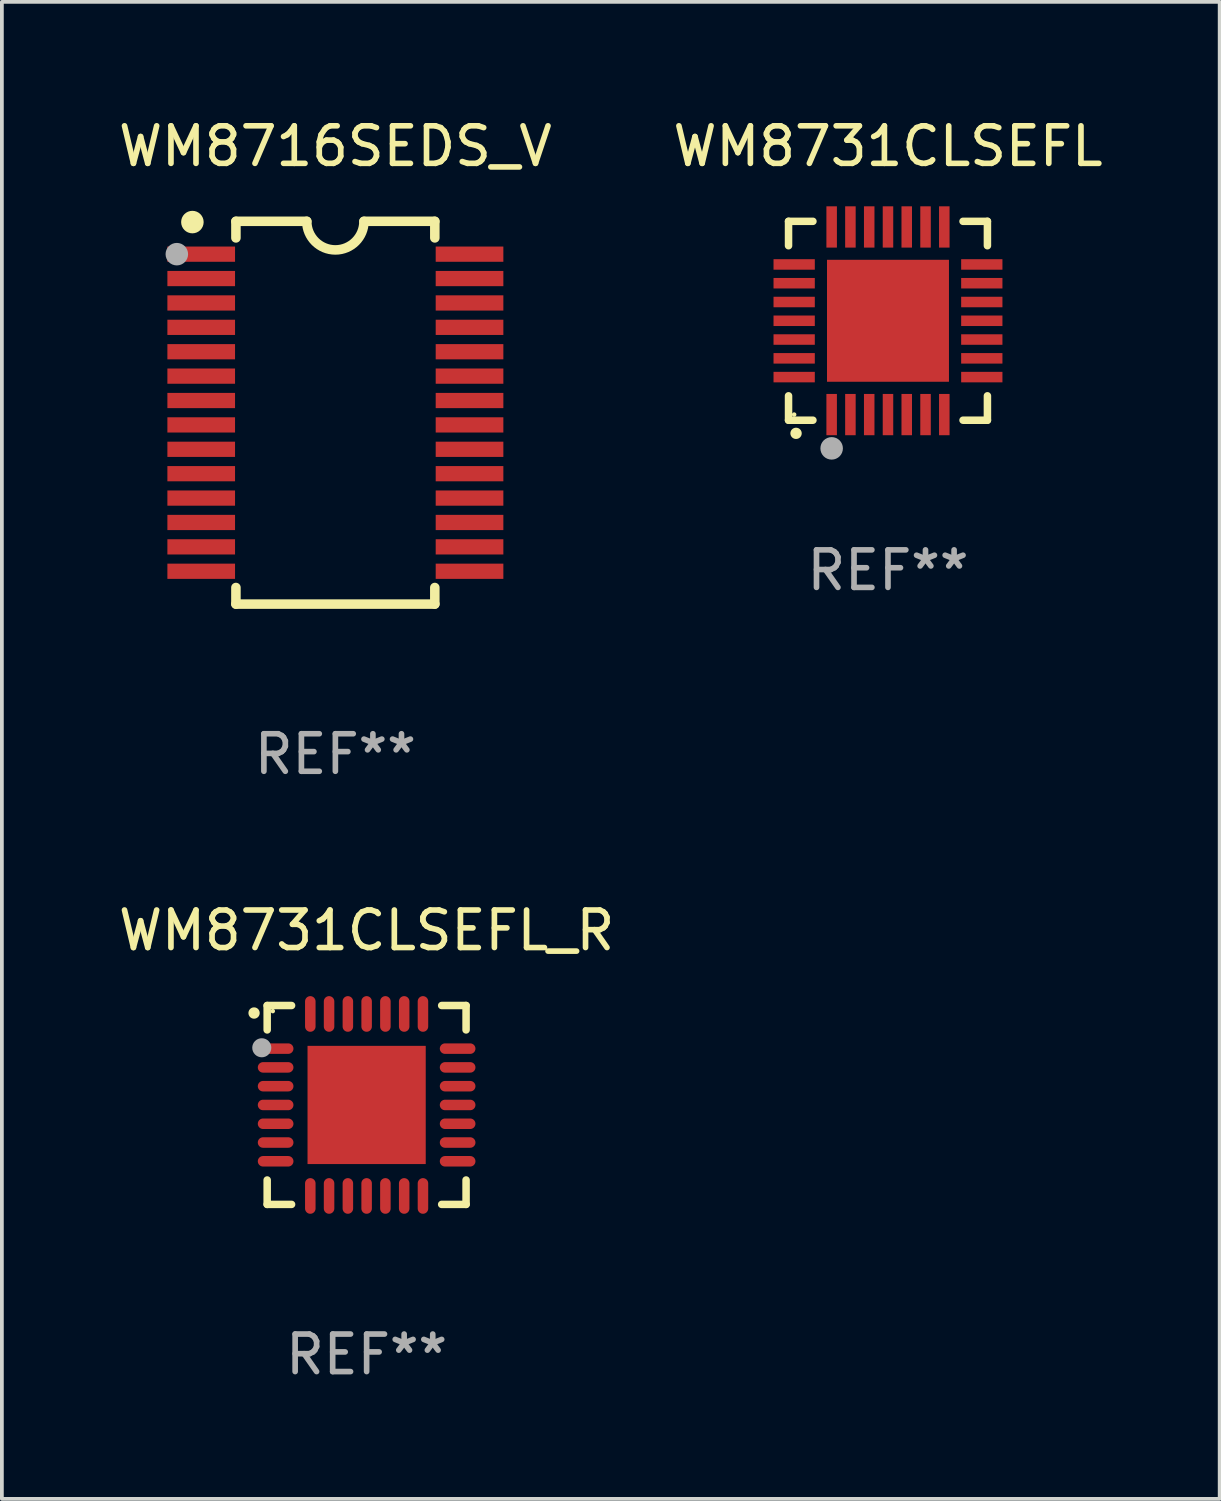
<source format=kicad_pcb>
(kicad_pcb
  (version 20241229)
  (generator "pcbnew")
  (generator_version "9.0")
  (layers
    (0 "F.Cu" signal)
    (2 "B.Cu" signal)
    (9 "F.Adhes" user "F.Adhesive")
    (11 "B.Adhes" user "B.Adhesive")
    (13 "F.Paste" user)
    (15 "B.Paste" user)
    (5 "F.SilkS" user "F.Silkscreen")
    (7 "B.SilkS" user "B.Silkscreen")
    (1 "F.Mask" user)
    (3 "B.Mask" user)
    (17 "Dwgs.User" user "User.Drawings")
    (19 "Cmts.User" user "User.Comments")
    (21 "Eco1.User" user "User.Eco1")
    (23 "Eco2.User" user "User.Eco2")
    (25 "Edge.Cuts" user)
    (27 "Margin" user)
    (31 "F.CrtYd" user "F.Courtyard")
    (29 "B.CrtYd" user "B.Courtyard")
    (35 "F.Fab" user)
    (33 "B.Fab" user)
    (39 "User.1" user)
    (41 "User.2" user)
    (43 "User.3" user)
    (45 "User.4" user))
  (footprint "WM8731CLSEFL"
    (layer "F.Cu")
    (at 20.613 5.498)
    (property "Reference" "WM8731CLSEFL" (at 0 -4.65 0) (layer "F.SilkS") (effects (font (size 1 1) (thickness 0.15))))
    (attr through_hole)
    (fp_line (start -2.65 -2.65) (end -2.65 -2) (stroke (width 0.2) (type solid)) (layer "F.SilkS"))
    (fp_line (start -2.65 2.65) (end -2.65 2) (stroke (width 0.2) (type solid)) (layer "F.SilkS"))
    (fp_line (start -2 -2.65) (end -2.65 -2.65) (stroke (width 0.2) (type solid)) (layer "F.SilkS"))
    (fp_line (start -2 2.65) (end -2.65 2.65) (stroke (width 0.2) (type solid)) (layer "F.SilkS"))
    (fp_line (start 2 2.65) (end 2.65 2.65) (stroke (width 0.2) (type solid)) (layer "F.SilkS"))
    (fp_line (start 2.65 -2.65) (end 2 -2.65) (stroke (width 0.2) (type solid)) (layer "F.SilkS"))
    (fp_line (start 2.65 -2) (end 2.65 -2.65) (stroke (width 0.2) (type solid)) (layer "F.SilkS"))
    (fp_line (start 2.65 2.65) (end 2.65 2) (stroke (width 0.2) (type solid)) (layer "F.SilkS"))
    (fp_arc (start -2.451105 2.999746) (mid -2.449835 2.999741) (end -2.448565 2.999746) (stroke (width 0.3) (type solid)) (layer "F.SilkS"))
    (fp_circle (center -2.5 2.5) (end -2.47 2.5) (stroke (width 0.06) (type solid)) (fill no) (layer "F.SilkS"))
    (fp_circle (center -1.501 3.4) (end -1.351 3.4) (stroke (width 0.3) (type solid)) (fill no) (layer "F.Fab"))
    (fp_text user "REF**" (at 0 6.65 0) (layer "F.Fab") (effects (font (size 1 1) (thickness 0.15))))
    (pad "1" smd rect (at -1.501 2.5 180) (size 0.28 1.1) (layers "F.Cu" "F.Mask" "F.Paste"))
    (pad "2" smd rect (at -1.001 2.5 180) (size 0.28 1.1) (layers "F.Cu" "F.Mask" "F.Paste"))
    (pad "3" smd rect (at -0.5 2.5 180) (size 0.28 1.1) (layers "F.Cu" "F.Mask" "F.Paste"))
    (pad "4" smd rect (at 0.000076 2.5 180) (size 0.28 1.1) (layers "F.Cu" "F.Mask" "F.Paste"))
    (pad "5" smd rect (at 0.5 2.5 180) (size 0.28 1.1) (layers "F.Cu" "F.Mask" "F.Paste"))
    (pad "6" smd rect (at 1.001 2.5 180) (size 0.28 1.1) (layers "F.Cu" "F.Mask" "F.Paste"))
    (pad "7" smd rect (at 1.501 2.5 180) (size 0.28 1.1) (layers "F.Cu" "F.Mask" "F.Paste"))
    (pad "8" smd rect (at 2.5 1.501 90) (size 0.28 1.1) (layers "F.Cu" "F.Mask" "F.Paste"))
    (pad "9" smd rect (at 2.5 1.001 90) (size 0.28 1.1) (layers "F.Cu" "F.Mask" "F.Paste"))
    (pad "10" smd rect (at 2.5 0.5 90) (size 0.28 1.1) (layers "F.Cu" "F.Mask" "F.Paste"))
    (pad "11" smd rect (at 2.5 0.000076 90) (size 0.28 1.1) (layers "F.Cu" "F.Mask" "F.Paste"))
    (pad "12" smd rect (at 2.5 -0.5 90) (size 0.28 1.1) (layers "F.Cu" "F.Mask" "F.Paste"))
    (pad "13" smd rect (at 2.5 -1.001 90) (size 0.28 1.1) (layers "F.Cu" "F.Mask" "F.Paste"))
    (pad "14" smd rect (at 2.5 -1.501 90) (size 0.28 1.1) (layers "F.Cu" "F.Mask" "F.Paste"))
    (pad "15" smd rect (at 1.501 -2.5 180) (size 0.28 1.1) (layers "F.Cu" "F.Mask" "F.Paste"))
    (pad "16" smd rect (at 1.001 -2.5 180) (size 0.28 1.1) (layers "F.Cu" "F.Mask" "F.Paste"))
    (pad "17" smd rect (at 0.5 -2.5 180) (size 0.28 1.1) (layers "F.Cu" "F.Mask" "F.Paste"))
    (pad "18" smd rect (at 0.000076 -2.5 180) (size 0.28 1.1) (layers "F.Cu" "F.Mask" "F.Paste"))
    (pad "19" smd rect (at -0.5 -2.5 180) (size 0.28 1.1) (layers "F.Cu" "F.Mask" "F.Paste"))
    (pad "20" smd rect (at -1.001 -2.5 180) (size 0.28 1.1) (layers "F.Cu" "F.Mask" "F.Paste"))
    (pad "21" smd rect (at -1.501 -2.5 180) (size 0.28 1.1) (layers "F.Cu" "F.Mask" "F.Paste"))
    (pad "22" smd rect (at -2.5 -1.501 90) (size 0.28 1.1) (layers "F.Cu" "F.Mask" "F.Paste"))
    (pad "23" smd rect (at -2.5 -1.001 90) (size 0.28 1.1) (layers "F.Cu" "F.Mask" "F.Paste"))
    (pad "24" smd rect (at -2.5 -0.5 90) (size 0.28 1.1) (layers "F.Cu" "F.Mask" "F.Paste"))
    (pad "25" smd rect (at -2.5 0.000076 90) (size 0.28 1.1) (layers "F.Cu" "F.Mask" "F.Paste"))
    (pad "26" smd rect (at -2.5 0.5 90) (size 0.28 1.1) (layers "F.Cu" "F.Mask" "F.Paste"))
    (pad "27" smd rect (at -2.5 1.001 90) (size 0.28 1.1) (layers "F.Cu" "F.Mask" "F.Paste"))
    (pad "28" smd rect (at -2.5 1.501 90) (size 0.28 1.1) (layers "F.Cu" "F.Mask" "F.Paste"))
    (pad "29" smd rect (at 0.000076 0.000076 90) (size 3.25 3.25) (layers "F.Cu" "F.Mask" "F.Paste")))
  (footprint "WM8731CLSEFL_R"
    (layer "F.Cu")
    (at 6.72 26.395)
    (property "Reference" "WM8731CLSEFL_R" (at 0 -4.65 0) (layer "F.SilkS") (effects (font (size 1 1) (thickness 0.15))))
    (attr through_hole)
    (fp_line (start -2.65 -2.65) (end -2 -2.65) (stroke (width 0.2) (type solid)) (layer "F.SilkS"))
    (fp_line (start -2.65 -2) (end -2.65 -2.65) (stroke (width 0.2) (type solid)) (layer "F.SilkS"))
    (fp_line (start -2.65 2) (end -2.65 2.65) (stroke (width 0.2) (type solid)) (layer "F.SilkS"))
    (fp_line (start -2.65 2.65) (end -2 2.65) (stroke (width 0.2) (type solid)) (layer "F.SilkS"))
    (fp_line (start 2 2.65) (end 2.65 2.65) (stroke (width 0.2) (type solid)) (layer "F.SilkS"))
    (fp_line (start 2.65 -2.65) (end 2 -2.65) (stroke (width 0.2) (type solid)) (layer "F.SilkS"))
    (fp_line (start 2.65 -2) (end 2.65 -2.65) (stroke (width 0.2) (type solid)) (layer "F.SilkS"))
    (fp_line (start 2.65 2.65) (end 2.65 2) (stroke (width 0.2) (type solid)) (layer "F.SilkS"))
    (fp_arc (start -2.999746 -2.448565) (mid -2.999751 -2.449835) (end -2.999746 -2.451105) (stroke (width 0.3) (type solid)) (layer "F.SilkS"))
    (fp_circle (center -2.501 -2.501) (end -2.471 -2.501) (stroke (width 0.06) (type solid)) (fill no) (layer "F.SilkS"))
    (fp_circle (center -2.794 -1.524) (end -2.667 -1.524) (stroke (width 0.254) (type solid)) (fill no) (layer "F.Fab"))
    (fp_text user "REF**" (at 0 6.65 0) (layer "F.Fab") (effects (font (size 1 1) (thickness 0.15))))
    (pad "1" smd oval (at -2.425 -1.501) (size 0.95 0.28) (layers "F.Cu" "F.Mask" "F.Paste"))
    (pad "2" smd oval (at -2.425 -1.001) (size 0.95 0.28) (layers "F.Cu" "F.Mask" "F.Paste"))
    (pad "3" smd oval (at -2.425 -0.5) (size 0.95 0.28) (layers "F.Cu" "F.Mask" "F.Paste"))
    (pad "4" smd oval (at -2.425 0.000127) (size 0.95 0.28) (layers "F.Cu" "F.Mask" "F.Paste"))
    (pad "5" smd oval (at -2.425 0.501) (size 0.95 0.28) (layers "F.Cu" "F.Mask" "F.Paste"))
    (pad "6" smd oval (at -2.425 1.001) (size 0.95 0.28) (layers "F.Cu" "F.Mask" "F.Paste"))
    (pad "7" smd oval (at -2.425 1.501) (size 0.95 0.28) (layers "F.Cu" "F.Mask" "F.Paste"))
    (pad "8" smd oval (at -1.501 2.425) (size 0.28 0.95) (layers "F.Cu" "F.Mask" "F.Paste"))
    (pad "9" smd oval (at -1.001 2.425) (size 0.28 0.95) (layers "F.Cu" "F.Mask" "F.Paste"))
    (pad "10" smd oval (at -0.5 2.425) (size 0.28 0.95) (layers "F.Cu" "F.Mask" "F.Paste"))
    (pad "11" smd oval (at 0.000025 2.425) (size 0.28 0.95) (layers "F.Cu" "F.Mask" "F.Paste"))
    (pad "12" smd oval (at 0.5 2.425) (size 0.28 0.95) (layers "F.Cu" "F.Mask" "F.Paste"))
    (pad "13" smd oval (at 1.001 2.425) (size 0.28 0.95) (layers "F.Cu" "F.Mask" "F.Paste"))
    (pad "14" smd oval (at 1.501 2.425) (size 0.28 0.95) (layers "F.Cu" "F.Mask" "F.Paste"))
    (pad "15" smd oval (at 2.425 1.501) (size 0.95 0.28) (layers "F.Cu" "F.Mask" "F.Paste"))
    (pad "16" smd oval (at 2.425 1.001) (size 0.95 0.28) (layers "F.Cu" "F.Mask" "F.Paste"))
    (pad "17" smd oval (at 2.425 0.501) (size 0.95 0.28) (layers "F.Cu" "F.Mask" "F.Paste"))
    (pad "18" smd oval (at 2.425 0.000127) (size 0.95 0.28) (layers "F.Cu" "F.Mask" "F.Paste"))
    (pad "19" smd oval (at 2.425 -0.5) (size 0.95 0.28) (layers "F.Cu" "F.Mask" "F.Paste"))
    (pad "20" smd oval (at 2.425 -1.001) (size 0.95 0.28) (layers "F.Cu" "F.Mask" "F.Paste"))
    (pad "21" smd oval (at 2.425 -1.501) (size 0.95 0.28) (layers "F.Cu" "F.Mask" "F.Paste"))
    (pad "22" smd oval (at 1.501 -2.425) (size 0.28 0.95) (layers "F.Cu" "F.Mask" "F.Paste"))
    (pad "23" smd oval (at 1.001 -2.425) (size 0.28 0.95) (layers "F.Cu" "F.Mask" "F.Paste"))
    (pad "24" smd oval (at 0.5 -2.425) (size 0.28 0.95) (layers "F.Cu" "F.Mask" "F.Paste"))
    (pad "25" smd oval (at 0.000025 -2.425) (size 0.28 0.95) (layers "F.Cu" "F.Mask" "F.Paste"))
    (pad "26" smd oval (at -0.5 -2.425) (size 0.28 0.95) (layers "F.Cu" "F.Mask" "F.Paste"))
    (pad "27" smd oval (at -1.001 -2.425) (size 0.28 0.95) (layers "F.Cu" "F.Mask" "F.Paste"))
    (pad "28" smd oval (at -1.501 -2.425) (size 0.28 0.95) (layers "F.Cu" "F.Mask" "F.Paste"))
    (pad "29" smd rect (at 0.000025 0.000127) (size 3.15 3.15) (layers "F.Cu" "F.Mask" "F.Paste")))
  (footprint "WM8716SEDS_V"
    (layer "F.Cu")
    (at 5.887 7.948)
    (property "Reference" "WM8716SEDS_V" (at 0 -7.1 0) (layer "F.SilkS") (effects (font (size 1 1) (thickness 0.15))))
    (attr through_hole)
    (fp_line (start -2.65 -5.1) (end -0.762 -5.1) (stroke (width 0.254) (type solid)) (layer "F.SilkS"))
    (fp_line (start -2.65 -4.658) (end -2.65 -5.1) (stroke (width 0.254) (type solid)) (layer "F.SilkS"))
    (fp_line (start -2.65 5.1) (end -2.65 4.658) (stroke (width 0.254) (type solid)) (layer "F.SilkS"))
    (fp_line (start -2.65 5.1) (end 2.65 5.1) (stroke (width 0.254) (type solid)) (layer "F.SilkS"))
    (fp_line (start 2.65 -5.1) (end 0.762 -5.1) (stroke (width 0.254) (type solid)) (layer "F.SilkS"))
    (fp_line (start 2.65 -5.1) (end 2.65 -4.658) (stroke (width 0.254) (type solid)) (layer "F.SilkS"))
    (fp_line (start 2.65 4.658) (end 2.65 5.1) (stroke (width 0.254) (type solid)) (layer "F.SilkS"))
    (fp_arc (start 0.761925 -5.1) (mid -0.000241 -4.338329) (end -0.762077 -5.10033) (stroke (width 0.254001) (type solid)) (layer "F.SilkS"))
    (fp_circle (center -3.858 -5.07) (end -3.828 -5.07) (stroke (width 0.06) (type solid)) (fill no) (layer "F.SilkS"))
    (fp_circle (center -3.81 -5.08) (end -3.66 -5.08) (stroke (width 0.3) (type solid)) (fill no) (layer "F.SilkS"))
    (fp_circle (center -4.225 -4.225) (end -4.075 -4.225) (stroke (width 0.3) (type solid)) (fill no) (layer "F.Fab"))
    (fp_text user "REF**" (at 0 9.1 0) (layer "F.Fab") (effects (font (size 1 1) (thickness 0.15))))
    (pad "1" smd rect (at -3.575 -4.225) (size 1.803 0.406) (layers "F.Cu" "F.Mask" "F.Paste"))
    (pad "2" smd rect (at -3.575 -3.575) (size 1.803 0.406) (layers "F.Cu" "F.Mask" "F.Paste"))
    (pad "3" smd rect (at -3.575 -2.925) (size 1.803 0.406) (layers "F.Cu" "F.Mask" "F.Paste"))
    (pad "4" smd rect (at -3.575 -2.275) (size 1.803 0.406) (layers "F.Cu" "F.Mask" "F.Paste"))
    (pad "5" smd rect (at -3.575 -1.625) (size 1.803 0.406) (layers "F.Cu" "F.Mask" "F.Paste"))
    (pad "6" smd rect (at -3.575 -0.975) (size 1.803 0.406) (layers "F.Cu" "F.Mask" "F.Paste"))
    (pad "7" smd rect (at -3.575 -0.325) (size 1.803 0.406) (layers "F.Cu" "F.Mask" "F.Paste"))
    (pad "8" smd rect (at -3.575 0.325) (size 1.803 0.406) (layers "F.Cu" "F.Mask" "F.Paste"))
    (pad "9" smd rect (at -3.575 0.975) (size 1.803 0.406) (layers "F.Cu" "F.Mask" "F.Paste"))
    (pad "10" smd rect (at -3.575 1.625) (size 1.803 0.406) (layers "F.Cu" "F.Mask" "F.Paste"))
    (pad "11" smd rect (at -3.575 2.275) (size 1.803 0.406) (layers "F.Cu" "F.Mask" "F.Paste"))
    (pad "12" smd rect (at -3.575 2.925) (size 1.803 0.406) (layers "F.Cu" "F.Mask" "F.Paste"))
    (pad "13" smd rect (at -3.575 3.575) (size 1.803 0.406) (layers "F.Cu" "F.Mask" "F.Paste"))
    (pad "14" smd rect (at -3.575 4.225) (size 1.803 0.406) (layers "F.Cu" "F.Mask" "F.Paste"))
    (pad "15" smd rect (at 3.575 4.225) (size 1.803 0.406) (layers "F.Cu" "F.Mask" "F.Paste"))
    (pad "16" smd rect (at 3.575 3.575) (size 1.803 0.406) (layers "F.Cu" "F.Mask" "F.Paste"))
    (pad "17" smd rect (at 3.575 2.925) (size 1.803 0.406) (layers "F.Cu" "F.Mask" "F.Paste"))
    (pad "18" smd rect (at 3.575 2.275) (size 1.803 0.406) (layers "F.Cu" "F.Mask" "F.Paste"))
    (pad "19" smd rect (at 3.575 1.625) (size 1.803 0.406) (layers "F.Cu" "F.Mask" "F.Paste"))
    (pad "20" smd rect (at 3.575 0.975) (size 1.803 0.406) (layers "F.Cu" "F.Mask" "F.Paste"))
    (pad "21" smd rect (at 3.575 0.325) (size 1.803 0.406) (layers "F.Cu" "F.Mask" "F.Paste"))
    (pad "22" smd rect (at 3.575 -0.325) (size 1.803 0.406) (layers "F.Cu" "F.Mask" "F.Paste"))
    (pad "23" smd rect (at 3.575 -0.975) (size 1.803 0.406) (layers "F.Cu" "F.Mask" "F.Paste"))
    (pad "24" smd rect (at 3.575 -1.625) (size 1.803 0.406) (layers "F.Cu" "F.Mask" "F.Paste"))
    (pad "25" smd rect (at 3.575 -2.275) (size 1.803 0.406) (layers "F.Cu" "F.Mask" "F.Paste"))
    (pad "26" smd rect (at 3.575 -2.925) (size 1.803 0.406) (layers "F.Cu" "F.Mask" "F.Paste"))
    (pad "27" smd rect (at 3.575 -3.575) (size 1.803 0.406) (layers "F.Cu" "F.Mask" "F.Paste"))
    (pad "28" smd rect (at 3.575 -4.225) (size 1.803 0.406) (layers "F.Cu" "F.Mask" "F.Paste")))
  (gr_rect
    (start -3 -3)
    (end 29.452 36.893)
    (stroke (width 0.1) (type default))
    (fill no)
    (layer "Edge.Cuts")))
</source>
